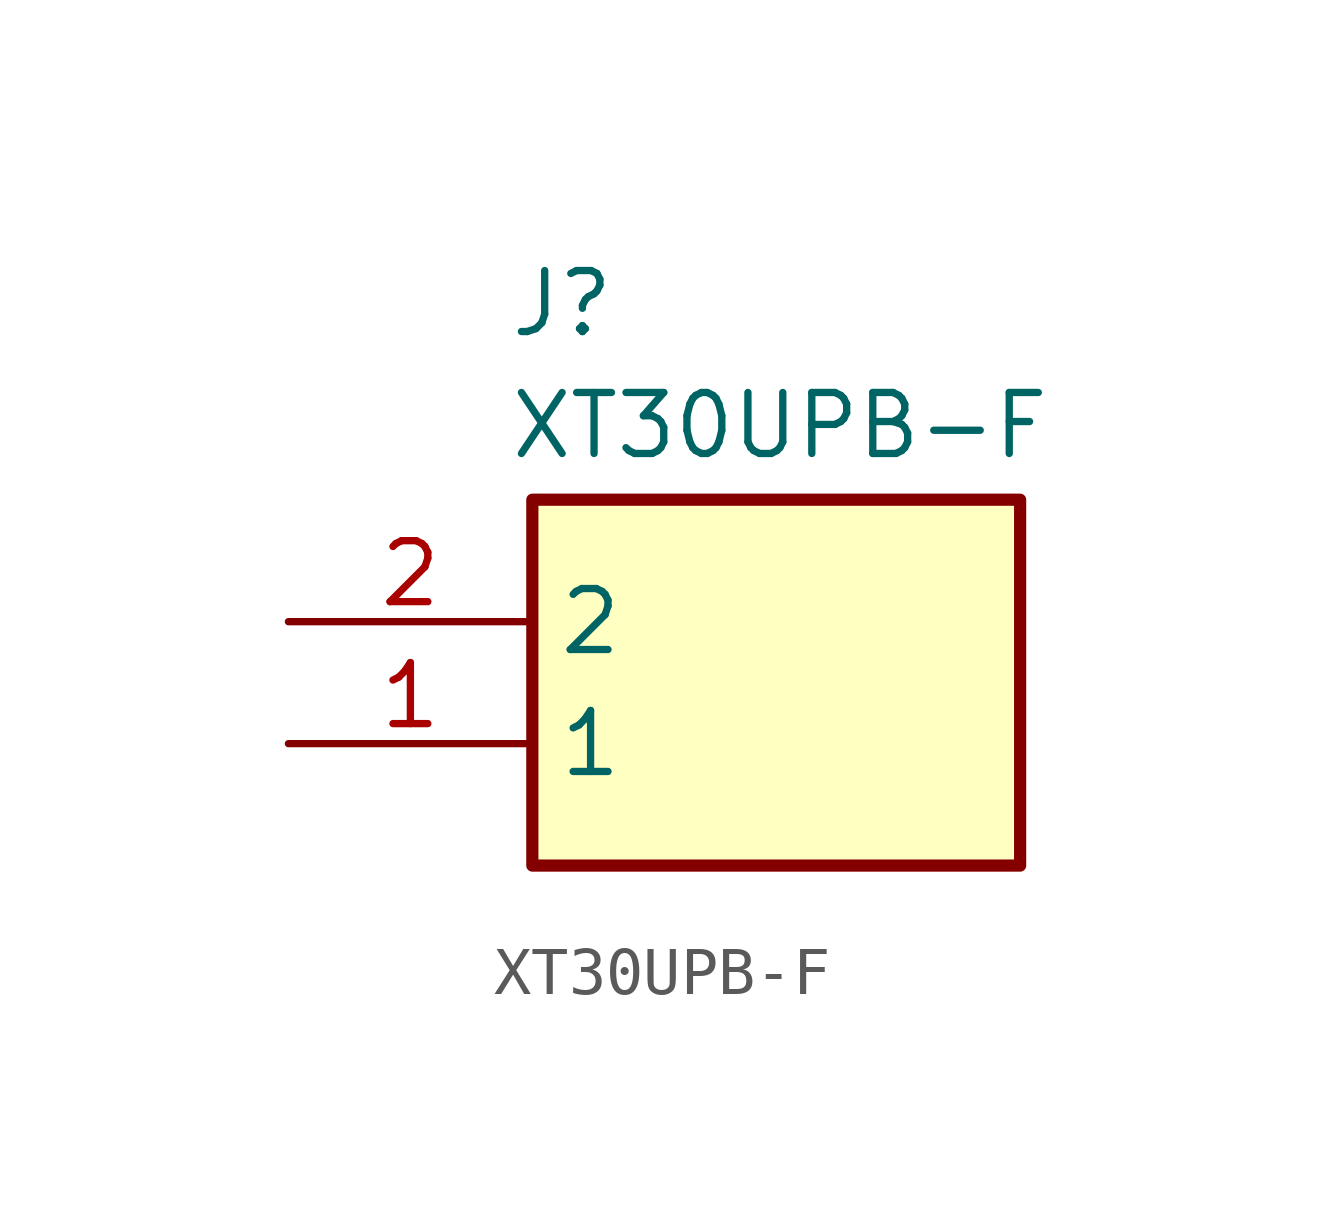
<source format=kicad_sym>
(kicad_symbol_lib
  (version 20241209)
  (generator "kicad_symbol_editor")
  (generator_version "9.0")
  (symbol "XT30UPB-F"
    (property "Reference" "J"
      (at 4.572 7.366 0)
      (effects (font (size 1.27 1.27)) (justify left top)))
    (property "Value" "XT30UPB-F"
      (at 4.572 4.826 0)
      (effects (font (size 1.27 1.27)) (justify left top)))
    (symbol "XT30UPB-F_1_1"
      (rectangle (start 5.08 2.54) (end 15.24 -5.08) (stroke (width 0.254) (type default)) (fill (type background)))
      (pin passive line (at 0 0 0) (length 5.08) (name "2" (effects (font (size 1.27 1.27)))) (number "2" (effects (font (size 1.27 1.27)))))
      (pin passive line (at 0 -2.54 0) (length 5.08) (name "1" (effects (font (size 1.27 1.27)))) (number "1" (effects (font (size 1.27 1.27))))))))
</source>
